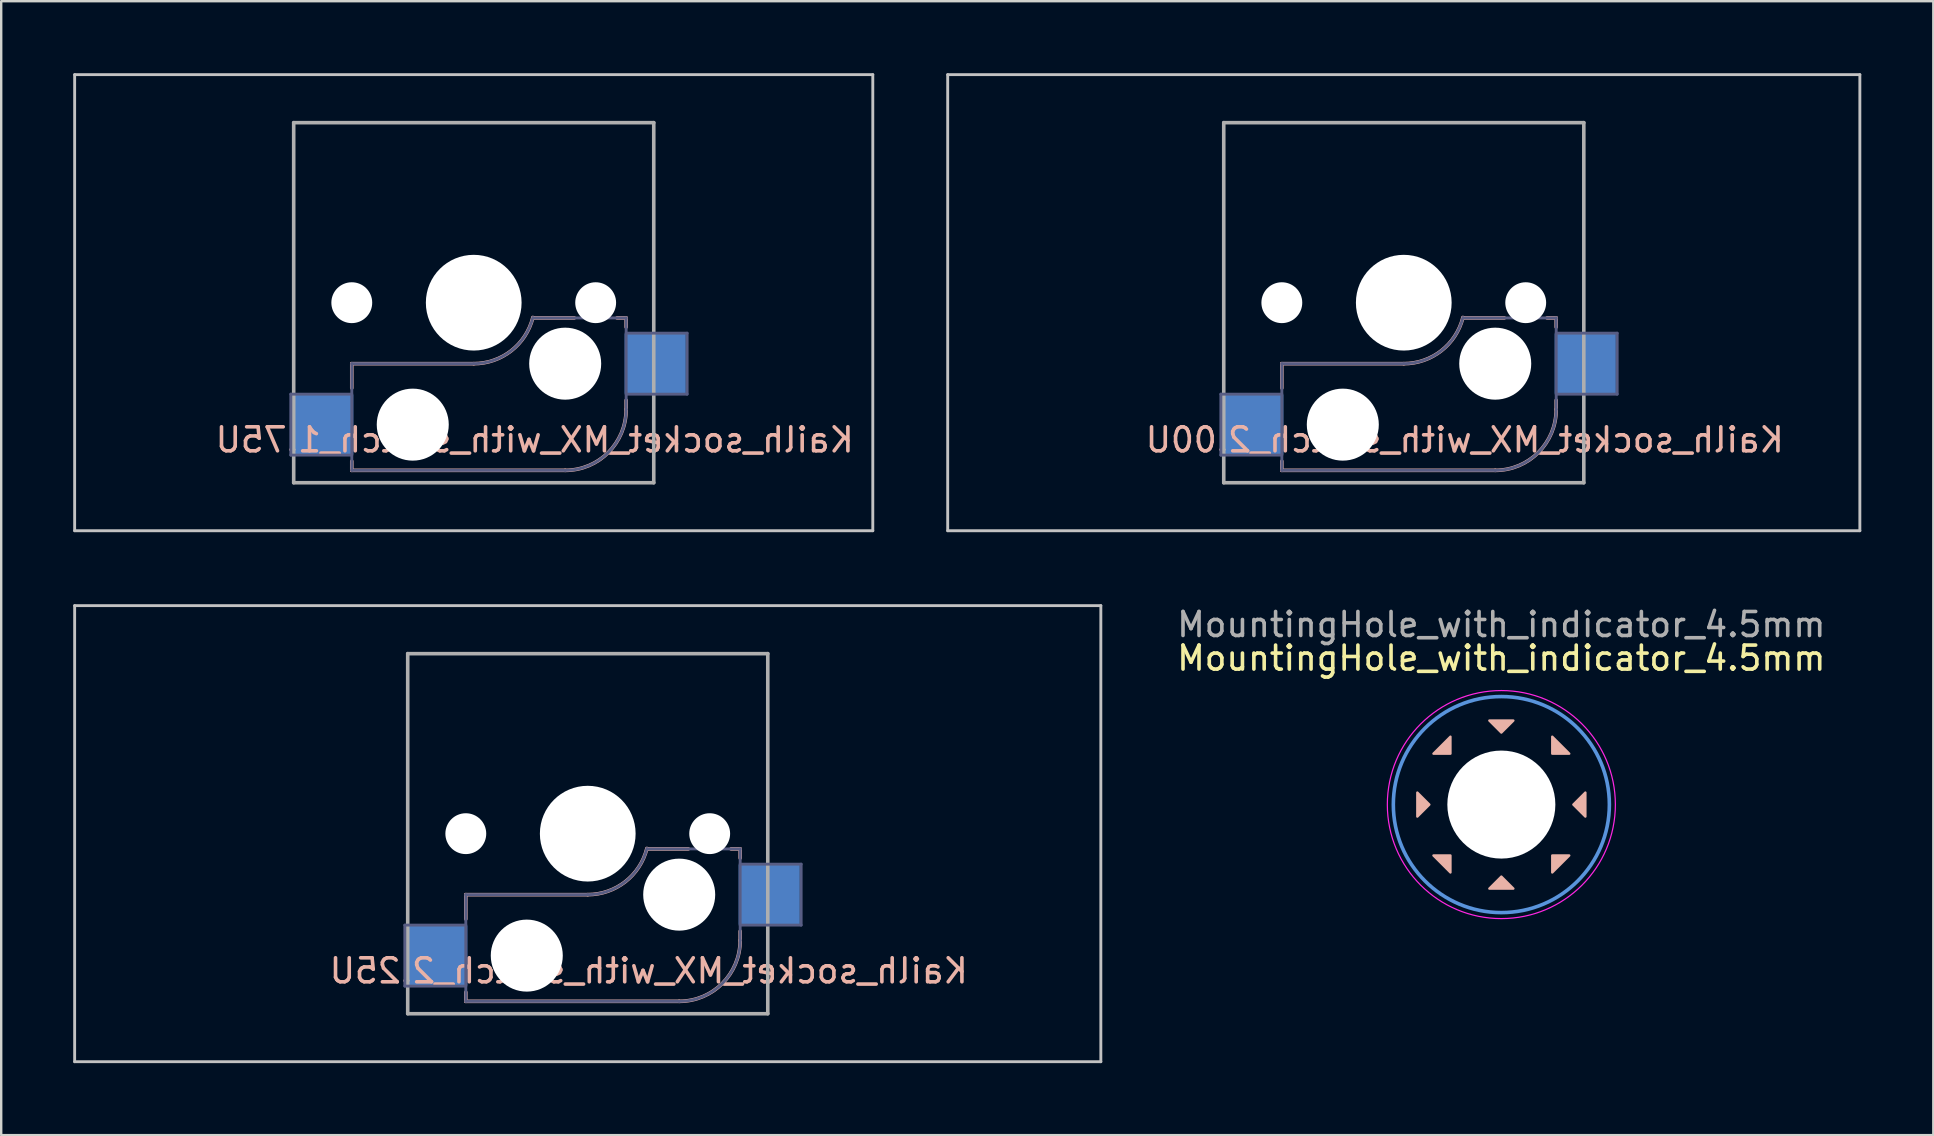
<source format=kicad_pcb>
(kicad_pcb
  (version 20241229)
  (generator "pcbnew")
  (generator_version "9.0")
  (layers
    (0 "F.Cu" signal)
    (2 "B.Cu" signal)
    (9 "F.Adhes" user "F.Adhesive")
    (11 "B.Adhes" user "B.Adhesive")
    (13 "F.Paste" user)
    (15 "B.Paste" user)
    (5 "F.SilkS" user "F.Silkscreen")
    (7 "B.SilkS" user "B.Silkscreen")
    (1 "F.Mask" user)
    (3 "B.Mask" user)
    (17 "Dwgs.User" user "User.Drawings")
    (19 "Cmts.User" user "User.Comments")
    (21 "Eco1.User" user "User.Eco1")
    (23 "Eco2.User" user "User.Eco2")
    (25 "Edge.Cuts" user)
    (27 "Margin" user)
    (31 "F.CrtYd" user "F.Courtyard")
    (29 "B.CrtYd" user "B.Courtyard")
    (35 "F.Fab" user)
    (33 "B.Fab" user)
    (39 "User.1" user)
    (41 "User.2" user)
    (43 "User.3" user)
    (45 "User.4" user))
  (footprint "MountingHole_with_indicator_4.5mm"
    (layer "F.Cu")
    (at 59.495 30.468)
    (property "Reference" "MountingHole_with_indicator_4.5mm" (at 0 -6.1 0) (layer "F.SilkS") (effects (font (size 1 1) (thickness 0.15))))
    (attr exclude_from_pos_files exclude_from_bom)
    (fp_poly (pts (xy -3.5 0.5) (xy -3.5 -0.5) (xy -3 0)) (stroke (width 0.1) (type solid)) (fill yes) (layer "B.SilkS"))
    (fp_poly (pts (xy -2.828 -2.121) (xy -2.121 -2.828) (xy -2.121 -2.121)) (stroke (width 0.1) (type solid)) (fill yes) (layer "B.SilkS"))
    (fp_poly (pts (xy -2.121 2.828) (xy -2.828 2.121) (xy -2.121 2.121)) (stroke (width 0.1) (type solid)) (fill yes) (layer "B.SilkS"))
    (fp_poly (pts (xy -0.5 -3.5) (xy 0.5 -3.5) (xy 0 -3)) (stroke (width 0.1) (type solid)) (fill yes) (layer "B.SilkS"))
    (fp_poly (pts (xy 0.5 3.5) (xy -0.5 3.5) (xy 0 3)) (stroke (width 0.1) (type solid)) (fill yes) (layer "B.SilkS"))
    (fp_poly (pts (xy 2.121 -2.828) (xy 2.828 -2.121) (xy 2.121 -2.121)) (stroke (width 0.1) (type solid)) (fill yes) (layer "B.SilkS"))
    (fp_poly (pts (xy 2.828 2.121) (xy 2.121 2.828) (xy 2.121 2.121)) (stroke (width 0.1) (type solid)) (fill yes) (layer "B.SilkS"))
    (fp_poly (pts (xy 3.5 -0.5) (xy 3.5 0.5) (xy 3 0)) (stroke (width 0.1) (type solid)) (fill yes) (layer "B.SilkS"))
    (fp_circle (center 0 0) (end 4.5 0) (stroke (width 0.15) (type solid)) (fill no) (layer "Cmts.User"))
    (fp_circle (center 0 0) (end 4.75 0) (stroke (width 0.05) (type solid)) (fill no) (layer "F.CrtYd"))
    (fp_text user "${REFERENCE}" (at 0 -7.5 0) (layer "F.Fab") (effects (font (size 1 1) (thickness 0.15))))
    (pad "" np_thru_hole circle (at 0 0) (size 4.5 4.5) (drill 4.5) (layers "*.Cu" "*.Mask")))
  (footprint "Kailh_socket_MX_with_switch_2.00U"
    (layer "F.Cu")
    (at 55.43 9.56)
    (property "Reference" "Kailh_socket_MX_with_switch_2.00U" (at 2.54 5.715 180) (layer "B.SilkS") (effects (font (size 1 1) (thickness 0.15)) (justify mirror)))
    (attr smd)
    (fp_line (start -5.08 2.54) (end 0 2.54) (stroke (width 0.15) (type solid)) (layer "B.SilkS"))
    (fp_line (start -5.08 3.556) (end -5.08 2.54) (stroke (width 0.15) (type solid)) (layer "B.SilkS"))
    (fp_line (start -5.08 6.985) (end -5.08 6.604) (stroke (width 0.15) (type solid)) (layer "B.SilkS"))
    (fp_line (start 2.464 0.635) (end 4.191 0.635) (stroke (width 0.15) (type solid)) (layer "B.SilkS"))
    (fp_line (start 3.81 6.985) (end -5.08 6.985) (stroke (width 0.15) (type solid)) (layer "B.SilkS"))
    (fp_line (start 5.969 0.635) (end 6.35 0.635) (stroke (width 0.15) (type solid)) (layer "B.SilkS"))
    (fp_line (start 6.35 1.016) (end 6.35 0.635) (stroke (width 0.15) (type solid)) (layer "B.SilkS"))
    (fp_line (start 6.35 4.445) (end 6.35 4.064) (stroke (width 0.15) (type solid)) (layer "B.SilkS"))
    (fp_arc (start 2.464162 0.61604) (mid 1.563147 2.002042) (end 0 2.54) (stroke (width 0.15) (type solid)) (layer "B.SilkS"))
    (fp_arc (start 6.35 4.445) (mid 5.606051 6.241051) (end 3.81 6.985) (stroke (width 0.15) (type solid)) (layer "B.SilkS"))
    (fp_line (start -19 -9.5) (end -19 9.5) (stroke (width 0.12) (type solid)) (layer "Dwgs.User"))
    (fp_line (start -19 -9.5) (end 19 -9.5) (stroke (width 0.12) (type solid)) (layer "Dwgs.User"))
    (fp_line (start -19 9.5) (end 19 9.5) (stroke (width 0.12) (type solid)) (layer "Dwgs.User"))
    (fp_line (start 19 -9.5) (end 19 9.5) (stroke (width 0.12) (type solid)) (layer "Dwgs.User"))
    (fp_line (start -6.9 6.9) (end -6.9 -6.9) (stroke (width 0.15) (type solid)) (layer "Eco2.User"))
    (fp_line (start -6.9 6.9) (end 6.9 6.9) (stroke (width 0.15) (type solid)) (layer "Eco2.User"))
    (fp_line (start 6.9 -6.9) (end -6.9 -6.9) (stroke (width 0.15) (type solid)) (layer "Eco2.User"))
    (fp_line (start 6.9 -6.9) (end 6.9 6.9) (stroke (width 0.15) (type solid)) (layer "Eco2.User"))
    (fp_line (start -7.62 3.81) (end -5.08 3.81) (stroke (width 0.12) (type solid)) (layer "B.Fab"))
    (fp_line (start -7.62 6.35) (end -7.62 3.81) (stroke (width 0.12) (type solid)) (layer "B.Fab"))
    (fp_line (start -5.08 2.54) (end 0 2.54) (stroke (width 0.12) (type solid)) (layer "B.Fab"))
    (fp_line (start -5.08 6.35) (end -7.62 6.35) (stroke (width 0.12) (type solid)) (layer "B.Fab"))
    (fp_line (start -5.08 6.985) (end -5.08 2.54) (stroke (width 0.12) (type solid)) (layer "B.Fab"))
    (fp_line (start 3.81 6.985) (end -5.08 6.985) (stroke (width 0.12) (type solid)) (layer "B.Fab"))
    (fp_line (start 6.35 0.635) (end 2.54 0.635) (stroke (width 0.12) (type solid)) (layer "B.Fab"))
    (fp_line (start 6.35 0.635) (end 6.35 4.445) (stroke (width 0.12) (type solid)) (layer "B.Fab"))
    (fp_line (start 6.35 1.27) (end 8.89 1.27) (stroke (width 0.12) (type solid)) (layer "B.Fab"))
    (fp_line (start 8.89 1.27) (end 8.89 3.81) (stroke (width 0.12) (type solid)) (layer "B.Fab"))
    (fp_line (start 8.89 3.81) (end 6.35 3.81) (stroke (width 0.12) (type solid)) (layer "B.Fab"))
    (fp_arc (start 2.464162 0.61604) (mid 1.563147 2.002042) (end 0 2.54) (stroke (width 0.12) (type solid)) (layer "B.Fab"))
    (fp_arc (start 6.35 4.445) (mid 5.606051 6.241051) (end 3.81 6.985) (stroke (width 0.12) (type solid)) (layer "B.Fab"))
    (fp_line (start -7.5 -7.5) (end 7.5 -7.5) (stroke (width 0.15) (type solid)) (layer "F.Fab"))
    (fp_line (start -7.5 7.5) (end -7.5 -7.5) (stroke (width 0.15) (type solid)) (layer "F.Fab"))
    (fp_line (start 7.5 -7.5) (end 7.5 7.5) (stroke (width 0.15) (type solid)) (layer "F.Fab"))
    (fp_line (start 7.5 7.5) (end -7.5 7.5) (stroke (width 0.15) (type solid)) (layer "F.Fab"))
    (pad "" np_thru_hole circle (at -5.08 0 180) (size 1.702 1.702) (drill 1.702) (layers "*.Cu" "*.Mask"))
    (pad "" np_thru_hole circle (at -2.54 5.08 180) (size 3 3) (drill 3) (layers "*.Cu" "*.Mask"))
    (pad "" np_thru_hole circle (at 0 0 180) (size 3.988 3.988) (drill 3.988) (layers "*.Cu" "*.Mask"))
    (pad "" np_thru_hole circle (at 3.81 2.54 180) (size 3 3) (drill 3) (layers "*.Cu" "*.Mask"))
    (pad "" np_thru_hole circle (at 5.08 0 180) (size 1.702 1.702) (drill 1.702) (layers "*.Cu" "*.Mask"))
    (pad "1" smd rect (at -6.29 5.08 180) (size 2.55 2.5) (layers "B.Cu" "B.Mask" "B.Paste"))
    (pad "2" smd rect (at 7.56 2.54 180) (size 2.55 2.5) (layers "B.Cu" "B.Mask" "B.Paste")))
  (footprint "Kailh_socket_MX_with_switch_1.75U"
    (layer "F.Cu")
    (at 16.685 9.56)
    (property "Reference" "Kailh_socket_MX_with_switch_1.75U" (at 2.54 5.715 180) (layer "B.SilkS") (effects (font (size 1 1) (thickness 0.15)) (justify mirror)))
    (attr smd)
    (fp_line (start -5.08 2.54) (end 0 2.54) (stroke (width 0.15) (type solid)) (layer "B.SilkS"))
    (fp_line (start -5.08 3.556) (end -5.08 2.54) (stroke (width 0.15) (type solid)) (layer "B.SilkS"))
    (fp_line (start -5.08 6.985) (end -5.08 6.604) (stroke (width 0.15) (type solid)) (layer "B.SilkS"))
    (fp_line (start 2.464 0.635) (end 4.191 0.635) (stroke (width 0.15) (type solid)) (layer "B.SilkS"))
    (fp_line (start 3.81 6.985) (end -5.08 6.985) (stroke (width 0.15) (type solid)) (layer "B.SilkS"))
    (fp_line (start 5.969 0.635) (end 6.35 0.635) (stroke (width 0.15) (type solid)) (layer "B.SilkS"))
    (fp_line (start 6.35 1.016) (end 6.35 0.635) (stroke (width 0.15) (type solid)) (layer "B.SilkS"))
    (fp_line (start 6.35 4.445) (end 6.35 4.064) (stroke (width 0.15) (type solid)) (layer "B.SilkS"))
    (fp_arc (start 2.464162 0.61604) (mid 1.563147 2.002042) (end 0 2.54) (stroke (width 0.15) (type solid)) (layer "B.SilkS"))
    (fp_arc (start 6.35 4.445) (mid 5.606051 6.241051) (end 3.81 6.985) (stroke (width 0.15) (type solid)) (layer "B.SilkS"))
    (fp_line (start -16.625 -9.5) (end -16.625 9.5) (stroke (width 0.12) (type solid)) (layer "Dwgs.User"))
    (fp_line (start -16.625 -9.5) (end 16.625 -9.5) (stroke (width 0.12) (type solid)) (layer "Dwgs.User"))
    (fp_line (start -16.625 9.5) (end 16.625 9.5) (stroke (width 0.12) (type solid)) (layer "Dwgs.User"))
    (fp_line (start 16.625 -9.5) (end 16.625 9.5) (stroke (width 0.12) (type solid)) (layer "Dwgs.User"))
    (fp_line (start -6.9 6.9) (end -6.9 -6.9) (stroke (width 0.15) (type solid)) (layer "Eco2.User"))
    (fp_line (start -6.9 6.9) (end 6.9 6.9) (stroke (width 0.15) (type solid)) (layer "Eco2.User"))
    (fp_line (start 6.9 -6.9) (end -6.9 -6.9) (stroke (width 0.15) (type solid)) (layer "Eco2.User"))
    (fp_line (start 6.9 -6.9) (end 6.9 6.9) (stroke (width 0.15) (type solid)) (layer "Eco2.User"))
    (fp_line (start -7.62 3.81) (end -5.08 3.81) (stroke (width 0.12) (type solid)) (layer "B.Fab"))
    (fp_line (start -7.62 6.35) (end -7.62 3.81) (stroke (width 0.12) (type solid)) (layer "B.Fab"))
    (fp_line (start -5.08 2.54) (end 0 2.54) (stroke (width 0.12) (type solid)) (layer "B.Fab"))
    (fp_line (start -5.08 6.35) (end -7.62 6.35) (stroke (width 0.12) (type solid)) (layer "B.Fab"))
    (fp_line (start -5.08 6.985) (end -5.08 2.54) (stroke (width 0.12) (type solid)) (layer "B.Fab"))
    (fp_line (start 3.81 6.985) (end -5.08 6.985) (stroke (width 0.12) (type solid)) (layer "B.Fab"))
    (fp_line (start 6.35 0.635) (end 2.54 0.635) (stroke (width 0.12) (type solid)) (layer "B.Fab"))
    (fp_line (start 6.35 0.635) (end 6.35 4.445) (stroke (width 0.12) (type solid)) (layer "B.Fab"))
    (fp_line (start 6.35 1.27) (end 8.89 1.27) (stroke (width 0.12) (type solid)) (layer "B.Fab"))
    (fp_line (start 8.89 1.27) (end 8.89 3.81) (stroke (width 0.12) (type solid)) (layer "B.Fab"))
    (fp_line (start 8.89 3.81) (end 6.35 3.81) (stroke (width 0.12) (type solid)) (layer "B.Fab"))
    (fp_arc (start 2.464162 0.61604) (mid 1.563147 2.002042) (end 0 2.54) (stroke (width 0.12) (type solid)) (layer "B.Fab"))
    (fp_arc (start 6.35 4.445) (mid 5.606051 6.241051) (end 3.81 6.985) (stroke (width 0.12) (type solid)) (layer "B.Fab"))
    (fp_line (start -7.5 -7.5) (end 7.5 -7.5) (stroke (width 0.15) (type solid)) (layer "F.Fab"))
    (fp_line (start -7.5 7.5) (end -7.5 -7.5) (stroke (width 0.15) (type solid)) (layer "F.Fab"))
    (fp_line (start 7.5 -7.5) (end 7.5 7.5) (stroke (width 0.15) (type solid)) (layer "F.Fab"))
    (fp_line (start 7.5 7.5) (end -7.5 7.5) (stroke (width 0.15) (type solid)) (layer "F.Fab"))
    (pad "" np_thru_hole circle (at -5.08 0 180) (size 1.702 1.702) (drill 1.702) (layers "*.Cu" "*.Mask"))
    (pad "" np_thru_hole circle (at -2.54 5.08 180) (size 3 3) (drill 3) (layers "*.Cu" "*.Mask"))
    (pad "" np_thru_hole circle (at 0 0 180) (size 3.988 3.988) (drill 3.988) (layers "*.Cu" "*.Mask"))
    (pad "" np_thru_hole circle (at 3.81 2.54 180) (size 3 3) (drill 3) (layers "*.Cu" "*.Mask"))
    (pad "" np_thru_hole circle (at 5.08 0 180) (size 1.702 1.702) (drill 1.702) (layers "*.Cu" "*.Mask"))
    (pad "1" smd rect (at -6.29 5.08 180) (size 2.55 2.5) (layers "B.Cu" "B.Mask" "B.Paste"))
    (pad "2" smd rect (at 7.56 2.54 180) (size 2.55 2.5) (layers "B.Cu" "B.Mask" "B.Paste")))
  (footprint "Kailh_socket_MX_with_switch_2.25U"
    (layer "F.Cu")
    (at 21.435 31.68)
    (property "Reference" "Kailh_socket_MX_with_switch_2.25U" (at 2.54 5.715 180) (layer "B.SilkS") (effects (font (size 1 1) (thickness 0.15)) (justify mirror)))
    (attr smd)
    (fp_line (start -5.08 2.54) (end 0 2.54) (stroke (width 0.15) (type solid)) (layer "B.SilkS"))
    (fp_line (start -5.08 3.556) (end -5.08 2.54) (stroke (width 0.15) (type solid)) (layer "B.SilkS"))
    (fp_line (start -5.08 6.985) (end -5.08 6.604) (stroke (width 0.15) (type solid)) (layer "B.SilkS"))
    (fp_line (start 2.464 0.635) (end 4.191 0.635) (stroke (width 0.15) (type solid)) (layer "B.SilkS"))
    (fp_line (start 3.81 6.985) (end -5.08 6.985) (stroke (width 0.15) (type solid)) (layer "B.SilkS"))
    (fp_line (start 5.969 0.635) (end 6.35 0.635) (stroke (width 0.15) (type solid)) (layer "B.SilkS"))
    (fp_line (start 6.35 1.016) (end 6.35 0.635) (stroke (width 0.15) (type solid)) (layer "B.SilkS"))
    (fp_line (start 6.35 4.445) (end 6.35 4.064) (stroke (width 0.15) (type solid)) (layer "B.SilkS"))
    (fp_arc (start 2.464162 0.61604) (mid 1.563147 2.002042) (end 0 2.54) (stroke (width 0.15) (type solid)) (layer "B.SilkS"))
    (fp_arc (start 6.35 4.445) (mid 5.606051 6.241051) (end 3.81 6.985) (stroke (width 0.15) (type solid)) (layer "B.SilkS"))
    (fp_line (start -21.375 -9.5) (end -21.375 9.5) (stroke (width 0.12) (type solid)) (layer "Dwgs.User"))
    (fp_line (start -21.375 -9.5) (end 21.375 -9.5) (stroke (width 0.12) (type solid)) (layer "Dwgs.User"))
    (fp_line (start -21.375 9.5) (end 21.375 9.5) (stroke (width 0.12) (type solid)) (layer "Dwgs.User"))
    (fp_line (start 21.375 -9.5) (end 21.375 9.5) (stroke (width 0.12) (type solid)) (layer "Dwgs.User"))
    (fp_line (start -6.9 6.9) (end -6.9 -6.9) (stroke (width 0.15) (type solid)) (layer "Eco2.User"))
    (fp_line (start -6.9 6.9) (end 6.9 6.9) (stroke (width 0.15) (type solid)) (layer "Eco2.User"))
    (fp_line (start 6.9 -6.9) (end -6.9 -6.9) (stroke (width 0.15) (type solid)) (layer "Eco2.User"))
    (fp_line (start 6.9 -6.9) (end 6.9 6.9) (stroke (width 0.15) (type solid)) (layer "Eco2.User"))
    (fp_line (start -7.62 3.81) (end -5.08 3.81) (stroke (width 0.12) (type solid)) (layer "B.Fab"))
    (fp_line (start -7.62 6.35) (end -7.62 3.81) (stroke (width 0.12) (type solid)) (layer "B.Fab"))
    (fp_line (start -5.08 2.54) (end 0 2.54) (stroke (width 0.12) (type solid)) (layer "B.Fab"))
    (fp_line (start -5.08 6.35) (end -7.62 6.35) (stroke (width 0.12) (type solid)) (layer "B.Fab"))
    (fp_line (start -5.08 6.985) (end -5.08 2.54) (stroke (width 0.12) (type solid)) (layer "B.Fab"))
    (fp_line (start 3.81 6.985) (end -5.08 6.985) (stroke (width 0.12) (type solid)) (layer "B.Fab"))
    (fp_line (start 6.35 0.635) (end 2.54 0.635) (stroke (width 0.12) (type solid)) (layer "B.Fab"))
    (fp_line (start 6.35 0.635) (end 6.35 4.445) (stroke (width 0.12) (type solid)) (layer "B.Fab"))
    (fp_line (start 6.35 1.27) (end 8.89 1.27) (stroke (width 0.12) (type solid)) (layer "B.Fab"))
    (fp_line (start 8.89 1.27) (end 8.89 3.81) (stroke (width 0.12) (type solid)) (layer "B.Fab"))
    (fp_line (start 8.89 3.81) (end 6.35 3.81) (stroke (width 0.12) (type solid)) (layer "B.Fab"))
    (fp_arc (start 2.464162 0.61604) (mid 1.563147 2.002042) (end 0 2.54) (stroke (width 0.12) (type solid)) (layer "B.Fab"))
    (fp_arc (start 6.35 4.445) (mid 5.606051 6.241051) (end 3.81 6.985) (stroke (width 0.12) (type solid)) (layer "B.Fab"))
    (fp_line (start -7.5 -7.5) (end 7.5 -7.5) (stroke (width 0.15) (type solid)) (layer "F.Fab"))
    (fp_line (start -7.5 7.5) (end -7.5 -7.5) (stroke (width 0.15) (type solid)) (layer "F.Fab"))
    (fp_line (start 7.5 -7.5) (end 7.5 7.5) (stroke (width 0.15) (type solid)) (layer "F.Fab"))
    (fp_line (start 7.5 7.5) (end -7.5 7.5) (stroke (width 0.15) (type solid)) (layer "F.Fab"))
    (pad "" np_thru_hole circle (at -5.08 0 180) (size 1.702 1.702) (drill 1.702) (layers "*.Cu" "*.Mask"))
    (pad "" np_thru_hole circle (at -2.54 5.08 180) (size 3 3) (drill 3) (layers "*.Cu" "*.Mask"))
    (pad "" np_thru_hole circle (at 0 0 180) (size 3.988 3.988) (drill 3.988) (layers "*.Cu" "*.Mask"))
    (pad "" np_thru_hole circle (at 3.81 2.54 180) (size 3 3) (drill 3) (layers "*.Cu" "*.Mask"))
    (pad "" np_thru_hole circle (at 5.08 0 180) (size 1.702 1.702) (drill 1.702) (layers "*.Cu" "*.Mask"))
    (pad "1" smd rect (at -6.29 5.08 180) (size 2.55 2.5) (layers "B.Cu" "B.Mask" "B.Paste"))
    (pad "2" smd rect (at 7.56 2.54 180) (size 2.55 2.5) (layers "B.Cu" "B.Mask" "B.Paste")))
  (gr_rect
    (start -3 -3)
    (end 77.49 44.24)
    (stroke (width 0.1) (type default))
    (fill no)
    (layer "Edge.Cuts")))
</source>
